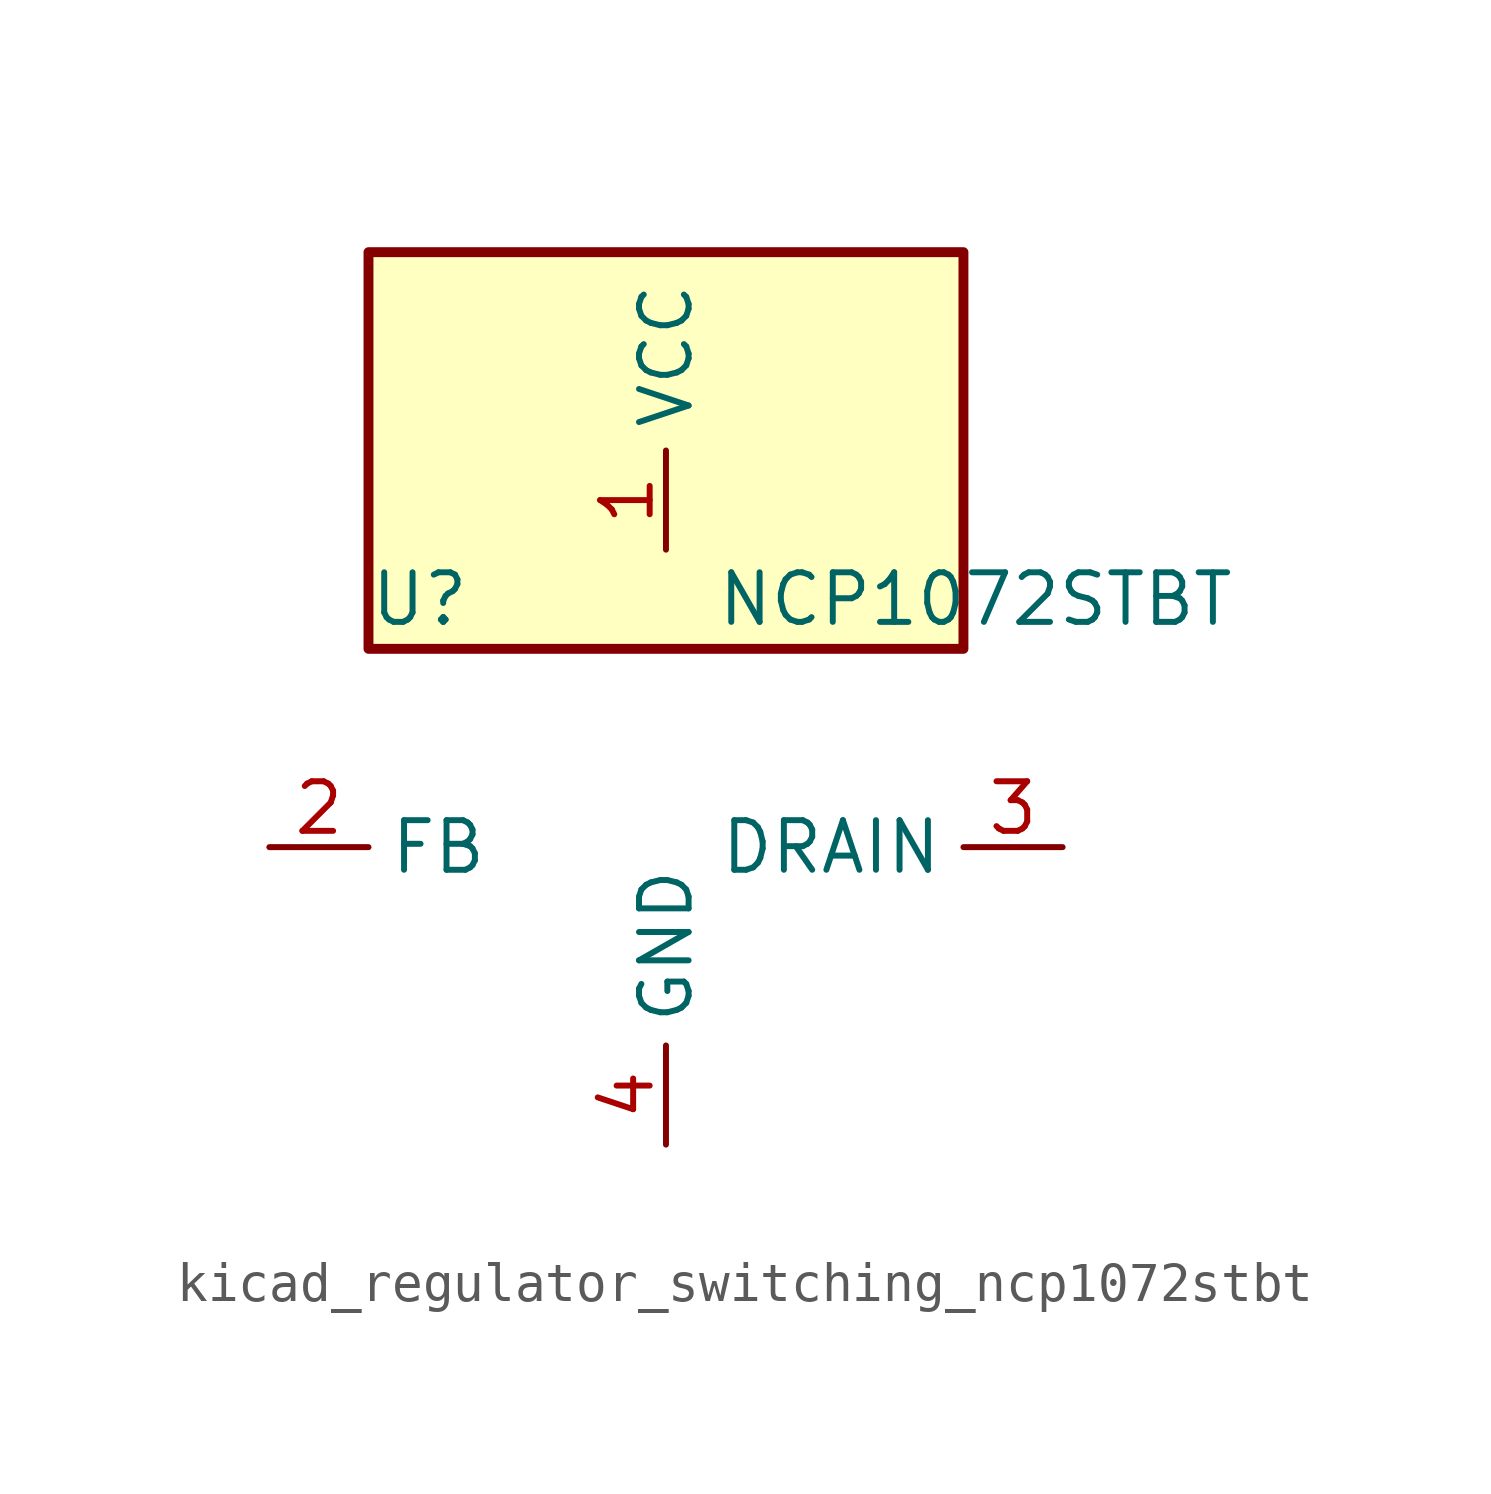
<source format=kicad_sym>
(kicad_symbol_lib
  (version 20220914)
  (generator kicad_symbol_editor)
  (symbol "kicad_regulator_switching_ncp1072stbt"
    (property "Reference" "U"
      (at -7.62 6.35 0)
      (effects (font (size 1.27 1.27)) (justify left)))
    (property "Value" "NCP1072STBT"
      (at 1.27 6.35 0)
      (effects (font (size 1.27 1.27)) (justify left)))
    (symbol "kicad_regulator_switching_ncp1072stbt_0_1"
      (rectangle (start 7.62 15.24) (end -7.62 5.08) (stroke (width 0.254) (type default)) (fill (type background))))
    (symbol "kicad_regulator_switching_ncp1072stbt_1_1"
      (pin power_in line (at 0 7.62 90) (length 2.54) (name "VCC" (effects (font (size 1.27 1.27)))) (number "1" (effects (font (size 1.27 1.27)))))
      (pin input line (at -10.16 0 0) (length 2.54) (name "FB" (effects (font (size 1.27 1.27)))) (number "2" (effects (font (size 1.27 1.27)))))
      (pin open_collector line (at 10.16 0 180) (length 2.54) (name "DRAIN" (effects (font (size 1.27 1.27)))) (number "3" (effects (font (size 1.27 1.27)))))
      (pin power_in line (at 0 -7.62 90) (length 2.54) (name "GND" (effects (font (size 1.27 1.27)))) (number "4" (effects (font (size 1.27 1.27))))))))
</source>
